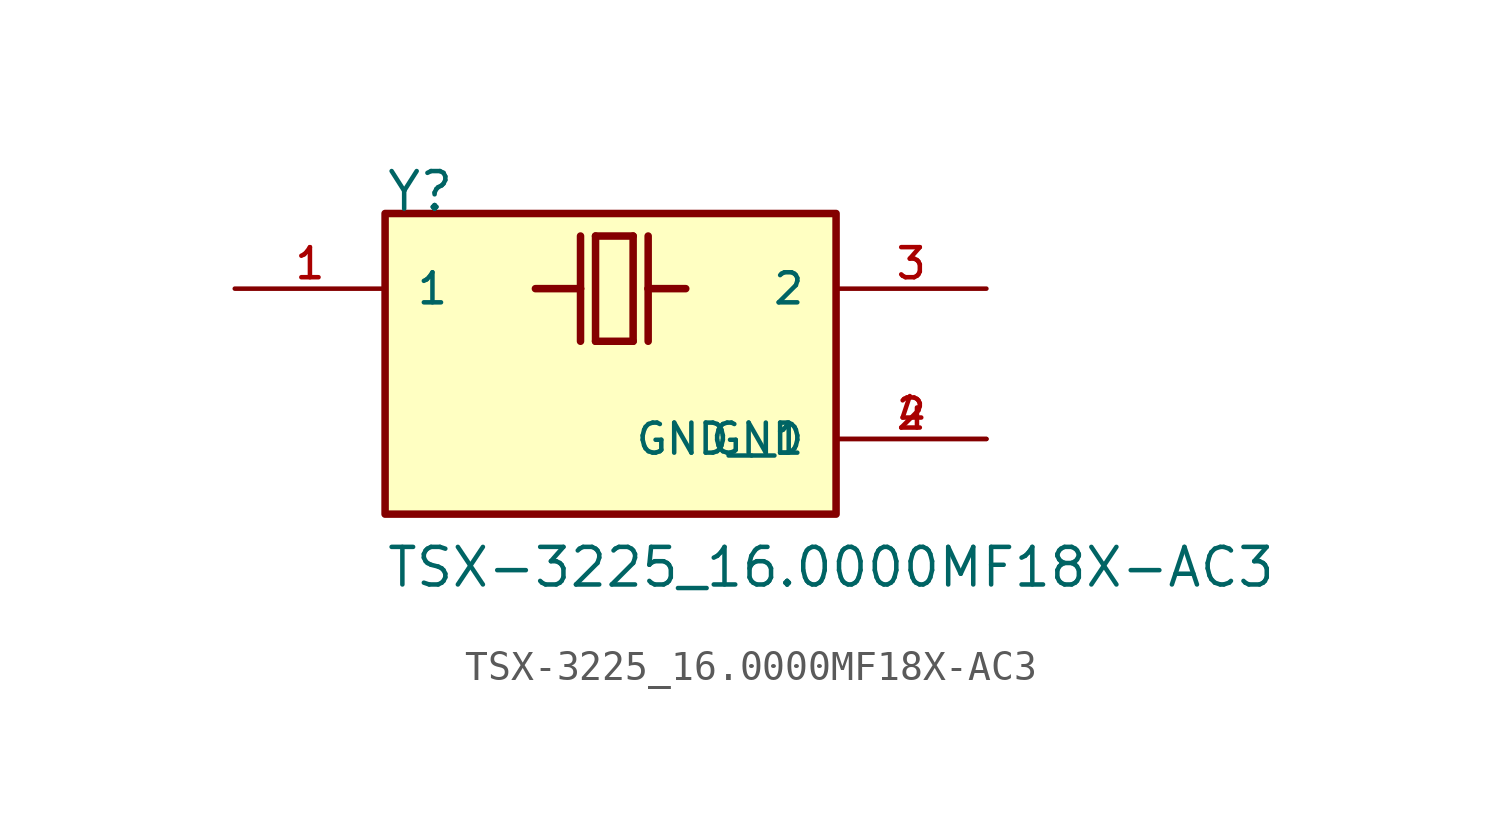
<source format=kicad_sym>
(kicad_symbol_lib
  (version 20211014)
  (generator kicad_symbol_editor)
  (symbol "TSX-3225_16.0000MF18X-AC3"
    (pin_names
      (offset 1.016))
    (property "Reference" "Y"
      (at -7.62 5.08 0)
      (effects (font (size 1.27 1.27)) (justify bottom left)))
    (property "Value" "TSX-3225_16.0000MF18X-AC3"
      (at -7.62 -7.62 0)
      (effects (font (size 1.27 1.27)) (justify bottom left)))
    (symbol "TSX-3225_16.0000MF18X-AC3_0_0"
      (polyline (pts (xy -1.016 4.318) (xy -1.016 2.54)) (stroke (width 0.254)))
      (polyline (pts (xy -1.016 2.54) (xy -1.016 0.762)) (stroke (width 0.254)))
      (polyline (pts (xy 1.27 4.318) (xy 1.27 2.54)) (stroke (width 0.254)))
      (polyline (pts (xy 1.27 2.54) (xy 1.27 0.762)) (stroke (width 0.254)))
      (polyline (pts (xy -1.016 2.54) (xy -2.54 2.54)) (stroke (width 0.254)))
      (polyline (pts (xy 2.54 2.54) (xy 1.27 2.54)) (stroke (width 0.254)))
      (polyline (pts (xy -0.508 4.318) (xy 0.762 4.318)) (stroke (width 0.254)))
      (polyline (pts (xy 0.762 4.318) (xy 0.762 0.762)) (stroke (width 0.254)))
      (polyline (pts (xy 0.762 0.762) (xy -0.508 0.762)) (stroke (width 0.254)))
      (polyline (pts (xy -0.508 0.762) (xy -0.508 4.318)) (stroke (width 0.254)))
      (rectangle (start -7.62 -5.08) (end 7.62 5.08) (stroke (width 0.254)) (fill (type background)))
      (pin passive line (at -12.7 2.54 0) (length 5.08) (name "1" (effects (font (size 1.016 1.016)))) (number "1" (effects (font (size 1.016 1.016)))))
      (pin passive line (at 12.7 2.54 180.0) (length 5.08) (name "2" (effects (font (size 1.016 1.016)))) (number "3" (effects (font (size 1.016 1.016)))))
      (pin power_in line (at 12.7 -2.54 180.0) (length 5.08) (name "GND" (effects (font (size 1.016 1.016)))) (number "2" (effects (font (size 1.016 1.016)))))
      (pin power_in line (at 12.7 -2.54 180.0) (length 5.08) (name "GND__1" (effects (font (size 1.016 1.016)))) (number "4" (effects (font (size 1.016 1.016))))))))
</source>
